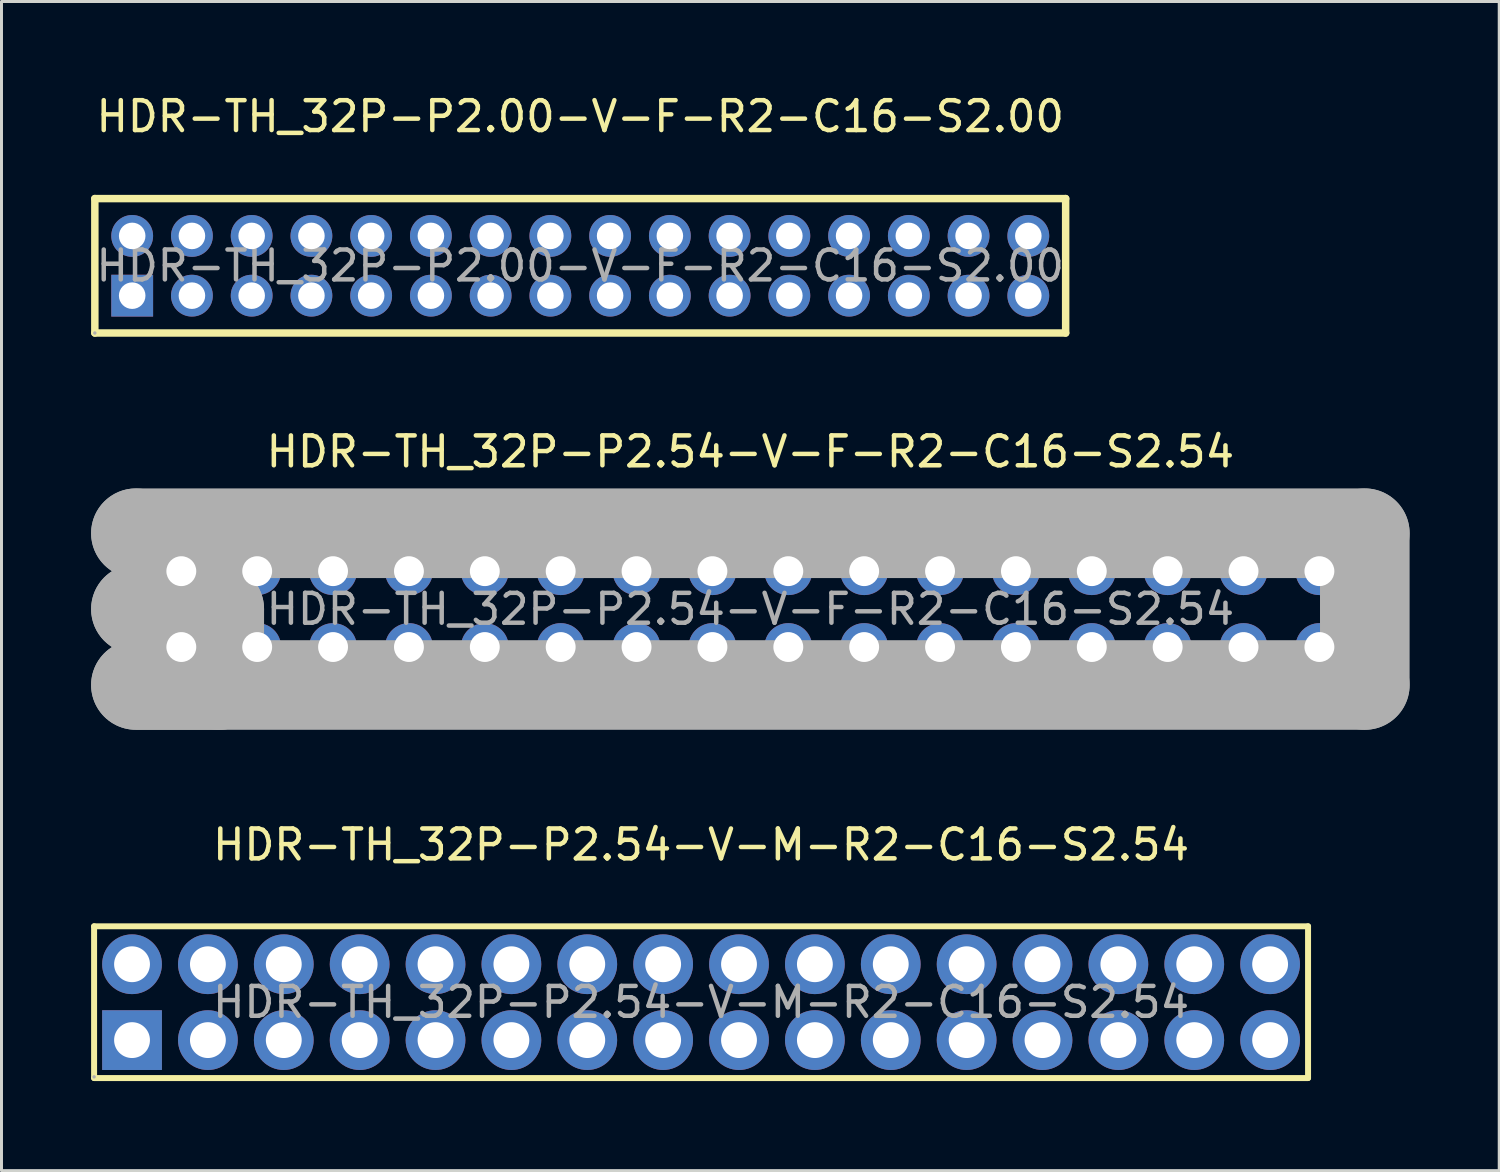
<source format=kicad_pcb>
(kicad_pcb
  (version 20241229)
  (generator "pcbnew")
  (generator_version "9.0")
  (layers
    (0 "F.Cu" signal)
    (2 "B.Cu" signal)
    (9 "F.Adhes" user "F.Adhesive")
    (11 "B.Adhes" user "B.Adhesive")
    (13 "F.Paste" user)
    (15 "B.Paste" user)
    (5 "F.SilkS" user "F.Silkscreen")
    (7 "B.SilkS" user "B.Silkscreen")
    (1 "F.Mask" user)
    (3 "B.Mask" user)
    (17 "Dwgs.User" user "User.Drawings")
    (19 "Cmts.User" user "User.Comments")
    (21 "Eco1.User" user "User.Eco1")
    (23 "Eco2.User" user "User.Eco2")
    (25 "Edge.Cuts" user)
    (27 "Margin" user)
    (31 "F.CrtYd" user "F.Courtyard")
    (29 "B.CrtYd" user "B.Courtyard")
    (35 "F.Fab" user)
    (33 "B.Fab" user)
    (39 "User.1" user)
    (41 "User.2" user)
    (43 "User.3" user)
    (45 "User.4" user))
  (footprint "HDR-TH_32P-P2.54-V-F-R2-C16-S2.54"
    (layer "F.Cu")
    (at 22.07 17.341)
    (property "Reference" "HDR-TH_32P-P2.54-V-F-R2-C16-S2.54" (at 0 -5.27 0) (layer "F.SilkS") (effects (font (size 1 1) (thickness 0.15))))
    (attr through_hole)
    (fp_line (start -20.57 -2.54) (end -20.57 -2.54) (stroke (width 3) (type solid)) (layer "F.Fab"))
    (fp_line (start -20.57 -2.54) (end 20.57 -2.54) (stroke (width 3) (type solid)) (layer "F.Fab"))
    (fp_line (start -20.57 0) (end -20.57 0) (stroke (width 3) (type solid)) (layer "F.Fab"))
    (fp_line (start -20.57 0) (end -17.78 0) (stroke (width 3) (type solid)) (layer "F.Fab"))
    (fp_line (start -17.78 0) (end -17.78 2.54) (stroke (width 3) (type solid)) (layer "F.Fab"))
    (fp_line (start -17.78 2.54) (end -20.57 2.54) (stroke (width 3) (type solid)) (layer "F.Fab"))
    (fp_line (start 20.57 -2.54) (end 20.57 2.54) (stroke (width 3) (type solid)) (layer "F.Fab"))
    (fp_line (start 20.57 2.54) (end -20.57 2.54) (stroke (width 3) (type solid)) (layer "F.Fab"))
    (fp_circle (center -20.52 2.5) (end -20.49 2.5) (stroke (width 0.06) (type solid)) (fill no) (layer "F.Fab"))
    (fp_text user "${REFERENCE}" (at 0 0 0) (layer "F.Fab") (effects (font (size 1 1) (thickness 0.15))))
    (pad "1" thru_hole rect (at -19.05 1.27) (size 1.6 1.6) (drill 1) (layers "*.Cu" "*.Paste" "*.Mask"))
    (pad "2" thru_hole circle (at -19.05 -1.27) (size 1.6 1.6) (drill 1) (layers "*.Cu" "*.Paste" "*.Mask"))
    (pad "3" thru_hole circle (at -16.51 1.27) (size 1.6 1.6) (drill 1) (layers "*.Cu" "*.Paste" "*.Mask"))
    (pad "4" thru_hole circle (at -16.51 -1.27) (size 1.6 1.6) (drill 1) (layers "*.Cu" "*.Paste" "*.Mask"))
    (pad "5" thru_hole circle (at -13.97 1.27) (size 1.6 1.6) (drill 1) (layers "*.Cu" "*.Paste" "*.Mask"))
    (pad "6" thru_hole circle (at -13.97 -1.27) (size 1.6 1.6) (drill 1) (layers "*.Cu" "*.Paste" "*.Mask"))
    (pad "7" thru_hole circle (at -11.43 1.27) (size 1.6 1.6) (drill 1) (layers "*.Cu" "*.Paste" "*.Mask"))
    (pad "8" thru_hole circle (at -11.43 -1.27) (size 1.6 1.6) (drill 1) (layers "*.Cu" "*.Paste" "*.Mask"))
    (pad "9" thru_hole circle (at -8.89 1.27) (size 1.6 1.6) (drill 1) (layers "*.Cu" "*.Paste" "*.Mask"))
    (pad "10" thru_hole circle (at -8.89 -1.27) (size 1.6 1.6) (drill 1) (layers "*.Cu" "*.Paste" "*.Mask"))
    (pad "11" thru_hole circle (at -6.35 1.27) (size 1.6 1.6) (drill 1) (layers "*.Cu" "*.Paste" "*.Mask"))
    (pad "12" thru_hole circle (at -6.35 -1.27) (size 1.6 1.6) (drill 1) (layers "*.Cu" "*.Paste" "*.Mask"))
    (pad "13" thru_hole circle (at -3.81 1.27) (size 1.6 1.6) (drill 1) (layers "*.Cu" "*.Paste" "*.Mask"))
    (pad "14" thru_hole circle (at -3.81 -1.27) (size 1.6 1.6) (drill 1) (layers "*.Cu" "*.Paste" "*.Mask"))
    (pad "15" thru_hole circle (at -1.27 1.27) (size 1.6 1.6) (drill 1) (layers "*.Cu" "*.Paste" "*.Mask"))
    (pad "16" thru_hole circle (at -1.27 -1.27) (size 1.6 1.6) (drill 1) (layers "*.Cu" "*.Paste" "*.Mask"))
    (pad "17" thru_hole circle (at 1.27 1.27) (size 1.6 1.6) (drill 1) (layers "*.Cu" "*.Paste" "*.Mask"))
    (pad "18" thru_hole circle (at 1.27 -1.27) (size 1.6 1.6) (drill 1) (layers "*.Cu" "*.Paste" "*.Mask"))
    (pad "19" thru_hole circle (at 3.81 1.27) (size 1.6 1.6) (drill 1) (layers "*.Cu" "*.Paste" "*.Mask"))
    (pad "20" thru_hole circle (at 3.81 -1.27) (size 1.6 1.6) (drill 1) (layers "*.Cu" "*.Paste" "*.Mask"))
    (pad "21" thru_hole circle (at 6.35 1.27) (size 1.6 1.6) (drill 1) (layers "*.Cu" "*.Paste" "*.Mask"))
    (pad "22" thru_hole circle (at 6.35 -1.27) (size 1.6 1.6) (drill 1) (layers "*.Cu" "*.Paste" "*.Mask"))
    (pad "23" thru_hole circle (at 8.89 1.27) (size 1.6 1.6) (drill 1) (layers "*.Cu" "*.Paste" "*.Mask"))
    (pad "24" thru_hole circle (at 8.89 -1.27) (size 1.6 1.6) (drill 1) (layers "*.Cu" "*.Paste" "*.Mask"))
    (pad "25" thru_hole circle (at 11.43 1.27) (size 1.6 1.6) (drill 1) (layers "*.Cu" "*.Paste" "*.Mask"))
    (pad "26" thru_hole circle (at 11.43 -1.27) (size 1.6 1.6) (drill 1) (layers "*.Cu" "*.Paste" "*.Mask"))
    (pad "27" thru_hole circle (at 13.97 1.27) (size 1.6 1.6) (drill 1) (layers "*.Cu" "*.Paste" "*.Mask"))
    (pad "28" thru_hole circle (at 13.97 -1.27) (size 1.6 1.6) (drill 1) (layers "*.Cu" "*.Paste" "*.Mask"))
    (pad "29" thru_hole circle (at 16.51 1.27) (size 1.6 1.6) (drill 1) (layers "*.Cu" "*.Paste" "*.Mask"))
    (pad "30" thru_hole circle (at 16.51 -1.27) (size 1.6 1.6) (drill 1) (layers "*.Cu" "*.Paste" "*.Mask"))
    (pad "31" thru_hole circle (at 19.05 1.27) (size 1.6 1.6) (drill 1) (layers "*.Cu" "*.Paste" "*.Mask"))
    (pad "32" thru_hole circle (at 19.05 -1.27) (size 1.6 1.6) (drill 1) (layers "*.Cu" "*.Paste" "*.Mask")))
  (footprint "HDR-TH_32P-P2.54-V-M-R2-C16-S2.54"
    (layer "F.Cu")
    (at 20.42 30.5)
    (property "Reference" "HDR-TH_32P-P2.54-V-M-R2-C16-S2.54" (at 0 -5.27 0) (layer "F.SilkS") (effects (font (size 1 1) (thickness 0.15))))
    (attr through_hole)
    (fp_line (start -20.32 -2.54) (end -20.32 2.54) (stroke (width 0.2) (type solid)) (layer "F.SilkS"))
    (fp_line (start -20.32 2.54) (end 20.32 2.54) (stroke (width 0.2) (type solid)) (layer "F.SilkS"))
    (fp_line (start 20.32 -2.54) (end -20.32 -2.54) (stroke (width 0.2) (type solid)) (layer "F.SilkS"))
    (fp_line (start 20.32 2.54) (end 20.32 -2.54) (stroke (width 0.2) (type solid)) (layer "F.SilkS"))
    (fp_circle (center -20.32 2.5) (end -20.29 2.5) (stroke (width 0.06) (type solid)) (fill no) (layer "F.Fab"))
    (fp_text user "${REFERENCE}" (at 0 0 0) (layer "F.Fab") (effects (font (size 1 1) (thickness 0.15))))
    (pad "1" thru_hole rect (at -19.05 1.27) (size 2 2) (drill 1.2) (layers "*.Cu" "*.Paste" "*.Mask"))
    (pad "2" thru_hole circle (at -19.05 -1.27) (size 2 2) (drill 1.2) (layers "*.Cu" "*.Paste" "*.Mask"))
    (pad "3" thru_hole circle (at -16.51 1.27) (size 2 2) (drill 1.2) (layers "*.Cu" "*.Paste" "*.Mask"))
    (pad "4" thru_hole circle (at -16.51 -1.27) (size 2 2) (drill 1.2) (layers "*.Cu" "*.Paste" "*.Mask"))
    (pad "5" thru_hole circle (at -13.97 1.27) (size 2 2) (drill 1.2) (layers "*.Cu" "*.Paste" "*.Mask"))
    (pad "6" thru_hole circle (at -13.97 -1.27) (size 2 2) (drill 1.2) (layers "*.Cu" "*.Paste" "*.Mask"))
    (pad "7" thru_hole circle (at -11.43 1.27) (size 2 2) (drill 1.2) (layers "*.Cu" "*.Paste" "*.Mask"))
    (pad "8" thru_hole circle (at -11.43 -1.27) (size 2 2) (drill 1.2) (layers "*.Cu" "*.Paste" "*.Mask"))
    (pad "9" thru_hole circle (at -8.89 1.27) (size 2 2) (drill 1.2) (layers "*.Cu" "*.Paste" "*.Mask"))
    (pad "10" thru_hole circle (at -8.89 -1.27) (size 2 2) (drill 1.2) (layers "*.Cu" "*.Paste" "*.Mask"))
    (pad "11" thru_hole circle (at -6.35 1.27) (size 2 2) (drill 1.2) (layers "*.Cu" "*.Paste" "*.Mask"))
    (pad "12" thru_hole circle (at -6.35 -1.27) (size 2 2) (drill 1.2) (layers "*.Cu" "*.Paste" "*.Mask"))
    (pad "13" thru_hole circle (at -3.81 1.27) (size 2 2) (drill 1.2) (layers "*.Cu" "*.Paste" "*.Mask"))
    (pad "14" thru_hole circle (at -3.81 -1.27) (size 2 2) (drill 1.2) (layers "*.Cu" "*.Paste" "*.Mask"))
    (pad "15" thru_hole circle (at -1.27 1.27) (size 2 2) (drill 1.2) (layers "*.Cu" "*.Paste" "*.Mask"))
    (pad "16" thru_hole circle (at -1.27 -1.27) (size 2 2) (drill 1.2) (layers "*.Cu" "*.Paste" "*.Mask"))
    (pad "17" thru_hole circle (at 1.27 1.27) (size 2 2) (drill 1.2) (layers "*.Cu" "*.Paste" "*.Mask"))
    (pad "18" thru_hole circle (at 1.27 -1.27) (size 2 2) (drill 1.2) (layers "*.Cu" "*.Paste" "*.Mask"))
    (pad "19" thru_hole circle (at 3.81 1.27) (size 2 2) (drill 1.2) (layers "*.Cu" "*.Paste" "*.Mask"))
    (pad "20" thru_hole circle (at 3.81 -1.27) (size 2 2) (drill 1.2) (layers "*.Cu" "*.Paste" "*.Mask"))
    (pad "21" thru_hole circle (at 6.35 1.27) (size 2 2) (drill 1.2) (layers "*.Cu" "*.Paste" "*.Mask"))
    (pad "22" thru_hole circle (at 6.35 -1.27) (size 2 2) (drill 1.2) (layers "*.Cu" "*.Paste" "*.Mask"))
    (pad "23" thru_hole circle (at 8.89 1.27) (size 2 2) (drill 1.2) (layers "*.Cu" "*.Paste" "*.Mask"))
    (pad "24" thru_hole circle (at 8.89 -1.27) (size 2 2) (drill 1.2) (layers "*.Cu" "*.Paste" "*.Mask"))
    (pad "25" thru_hole circle (at 11.43 1.27) (size 2 2) (drill 1.2) (layers "*.Cu" "*.Paste" "*.Mask"))
    (pad "26" thru_hole circle (at 11.43 -1.27) (size 2 2) (drill 1.2) (layers "*.Cu" "*.Paste" "*.Mask"))
    (pad "27" thru_hole circle (at 13.97 1.27) (size 2 2) (drill 1.2) (layers "*.Cu" "*.Paste" "*.Mask"))
    (pad "28" thru_hole circle (at 13.97 -1.27) (size 2 2) (drill 1.2) (layers "*.Cu" "*.Paste" "*.Mask"))
    (pad "29" thru_hole circle (at 16.51 1.27) (size 2 2) (drill 1.2) (layers "*.Cu" "*.Paste" "*.Mask"))
    (pad "30" thru_hole circle (at 16.51 -1.27) (size 2 2) (drill 1.2) (layers "*.Cu" "*.Paste" "*.Mask"))
    (pad "31" thru_hole circle (at 19.05 1.27) (size 2 2) (drill 1.2) (layers "*.Cu" "*.Paste" "*.Mask"))
    (pad "32" thru_hole circle (at 19.05 -1.27) (size 2 2) (drill 1.2) (layers "*.Cu" "*.Paste" "*.Mask")))
  (footprint "HDR-TH_32P-P2.00-V-F-R2-C16-S2.00"
    (layer "F.Cu")
    (at 16.375 5.848)
    (property "Reference" "HDR-TH_32P-P2.00-V-F-R2-C16-S2.00" (at 0 -5 0) (layer "F.SilkS") (effects (font (size 1 1) (thickness 0.15))))
    (attr through_hole)
    (fp_line (start -16.25 -2.25) (end -16.25 2.25) (stroke (width 0.25) (type solid)) (layer "F.SilkS"))
    (fp_line (start -16.25 2.25) (end 16.25 2.25) (stroke (width 0.25) (type solid)) (layer "F.SilkS"))
    (fp_line (start 16.25 -2.25) (end -16.25 -2.25) (stroke (width 0.25) (type solid)) (layer "F.SilkS"))
    (fp_line (start 16.25 2.25) (end 16.25 -2.25) (stroke (width 0.25) (type solid)) (layer "F.SilkS"))
    (fp_circle (center -16.25 2.25) (end -16.22 2.25) (stroke (width 0.06) (type solid)) (fill no) (layer "F.Fab"))
    (fp_text user "${REFERENCE}" (at 0 0 0) (layer "F.Fab") (effects (font (size 1 1) (thickness 0.15))))
    (pad "1" thru_hole rect (at -15 1) (size 1.4 1.4) (drill 0.889) (layers "*.Cu" "*.Paste" "*.Mask"))
    (pad "2" thru_hole circle (at -15 -1) (size 1.4 1.4) (drill 0.889) (layers "*.Cu" "*.Paste" "*.Mask"))
    (pad "3" thru_hole circle (at -13 1) (size 1.4 1.4) (drill 0.889) (layers "*.Cu" "*.Paste" "*.Mask"))
    (pad "4" thru_hole circle (at -13 -1) (size 1.4 1.4) (drill 0.889) (layers "*.Cu" "*.Paste" "*.Mask"))
    (pad "5" thru_hole circle (at -11 1) (size 1.4 1.4) (drill 0.889) (layers "*.Cu" "*.Paste" "*.Mask"))
    (pad "6" thru_hole circle (at -11 -1) (size 1.4 1.4) (drill 0.889) (layers "*.Cu" "*.Paste" "*.Mask"))
    (pad "7" thru_hole circle (at -9 1) (size 1.4 1.4) (drill 0.889) (layers "*.Cu" "*.Paste" "*.Mask"))
    (pad "8" thru_hole circle (at -9 -1) (size 1.4 1.4) (drill 0.889) (layers "*.Cu" "*.Paste" "*.Mask"))
    (pad "9" thru_hole circle (at -7 1) (size 1.4 1.4) (drill 0.889) (layers "*.Cu" "*.Paste" "*.Mask"))
    (pad "10" thru_hole circle (at -7 -1) (size 1.4 1.4) (drill 0.889) (layers "*.Cu" "*.Paste" "*.Mask"))
    (pad "11" thru_hole circle (at -5 1) (size 1.4 1.4) (drill 0.889) (layers "*.Cu" "*.Paste" "*.Mask"))
    (pad "12" thru_hole circle (at -5 -1) (size 1.4 1.4) (drill 0.889) (layers "*.Cu" "*.Paste" "*.Mask"))
    (pad "13" thru_hole circle (at -3 1) (size 1.4 1.4) (drill 0.889) (layers "*.Cu" "*.Paste" "*.Mask"))
    (pad "14" thru_hole circle (at -3 -1) (size 1.4 1.4) (drill 0.889) (layers "*.Cu" "*.Paste" "*.Mask"))
    (pad "15" thru_hole circle (at -1 1) (size 1.4 1.4) (drill 0.889) (layers "*.Cu" "*.Paste" "*.Mask"))
    (pad "16" thru_hole circle (at -1 -1) (size 1.4 1.4) (drill 0.889) (layers "*.Cu" "*.Paste" "*.Mask"))
    (pad "17" thru_hole circle (at 1 1) (size 1.4 1.4) (drill 0.889) (layers "*.Cu" "*.Paste" "*.Mask"))
    (pad "18" thru_hole circle (at 1 -1) (size 1.4 1.4) (drill 0.889) (layers "*.Cu" "*.Paste" "*.Mask"))
    (pad "19" thru_hole circle (at 3 1) (size 1.4 1.4) (drill 0.889) (layers "*.Cu" "*.Paste" "*.Mask"))
    (pad "20" thru_hole circle (at 3 -1) (size 1.4 1.4) (drill 0.889) (layers "*.Cu" "*.Paste" "*.Mask"))
    (pad "21" thru_hole circle (at 5 1) (size 1.4 1.4) (drill 0.889) (layers "*.Cu" "*.Paste" "*.Mask"))
    (pad "22" thru_hole circle (at 5 -1) (size 1.4 1.4) (drill 0.889) (layers "*.Cu" "*.Paste" "*.Mask"))
    (pad "23" thru_hole circle (at 7 1) (size 1.4 1.4) (drill 0.889) (layers "*.Cu" "*.Paste" "*.Mask"))
    (pad "24" thru_hole circle (at 7 -1) (size 1.4 1.4) (drill 0.889) (layers "*.Cu" "*.Paste" "*.Mask"))
    (pad "25" thru_hole circle (at 9 1) (size 1.4 1.4) (drill 0.889) (layers "*.Cu" "*.Paste" "*.Mask"))
    (pad "26" thru_hole circle (at 9 -1) (size 1.4 1.4) (drill 0.889) (layers "*.Cu" "*.Paste" "*.Mask"))
    (pad "27" thru_hole circle (at 11 1) (size 1.4 1.4) (drill 0.889) (layers "*.Cu" "*.Paste" "*.Mask"))
    (pad "28" thru_hole circle (at 11 -1) (size 1.4 1.4) (drill 0.889) (layers "*.Cu" "*.Paste" "*.Mask"))
    (pad "29" thru_hole circle (at 13 1) (size 1.4 1.4) (drill 0.889) (layers "*.Cu" "*.Paste" "*.Mask"))
    (pad "30" thru_hole circle (at 13 -1) (size 1.4 1.4) (drill 0.889) (layers "*.Cu" "*.Paste" "*.Mask"))
    (pad "31" thru_hole circle (at 15 1) (size 1.4 1.4) (drill 0.889) (layers "*.Cu" "*.Paste" "*.Mask"))
    (pad "32" thru_hole circle (at 15 -1) (size 1.4 1.4) (drill 0.889) (layers "*.Cu" "*.Paste" "*.Mask")))
  (gr_rect
    (start -3 -3)
    (end 47.14 36.14)
    (stroke (width 0.1) (type default))
    (fill no)
    (layer "Edge.Cuts")))
</source>
